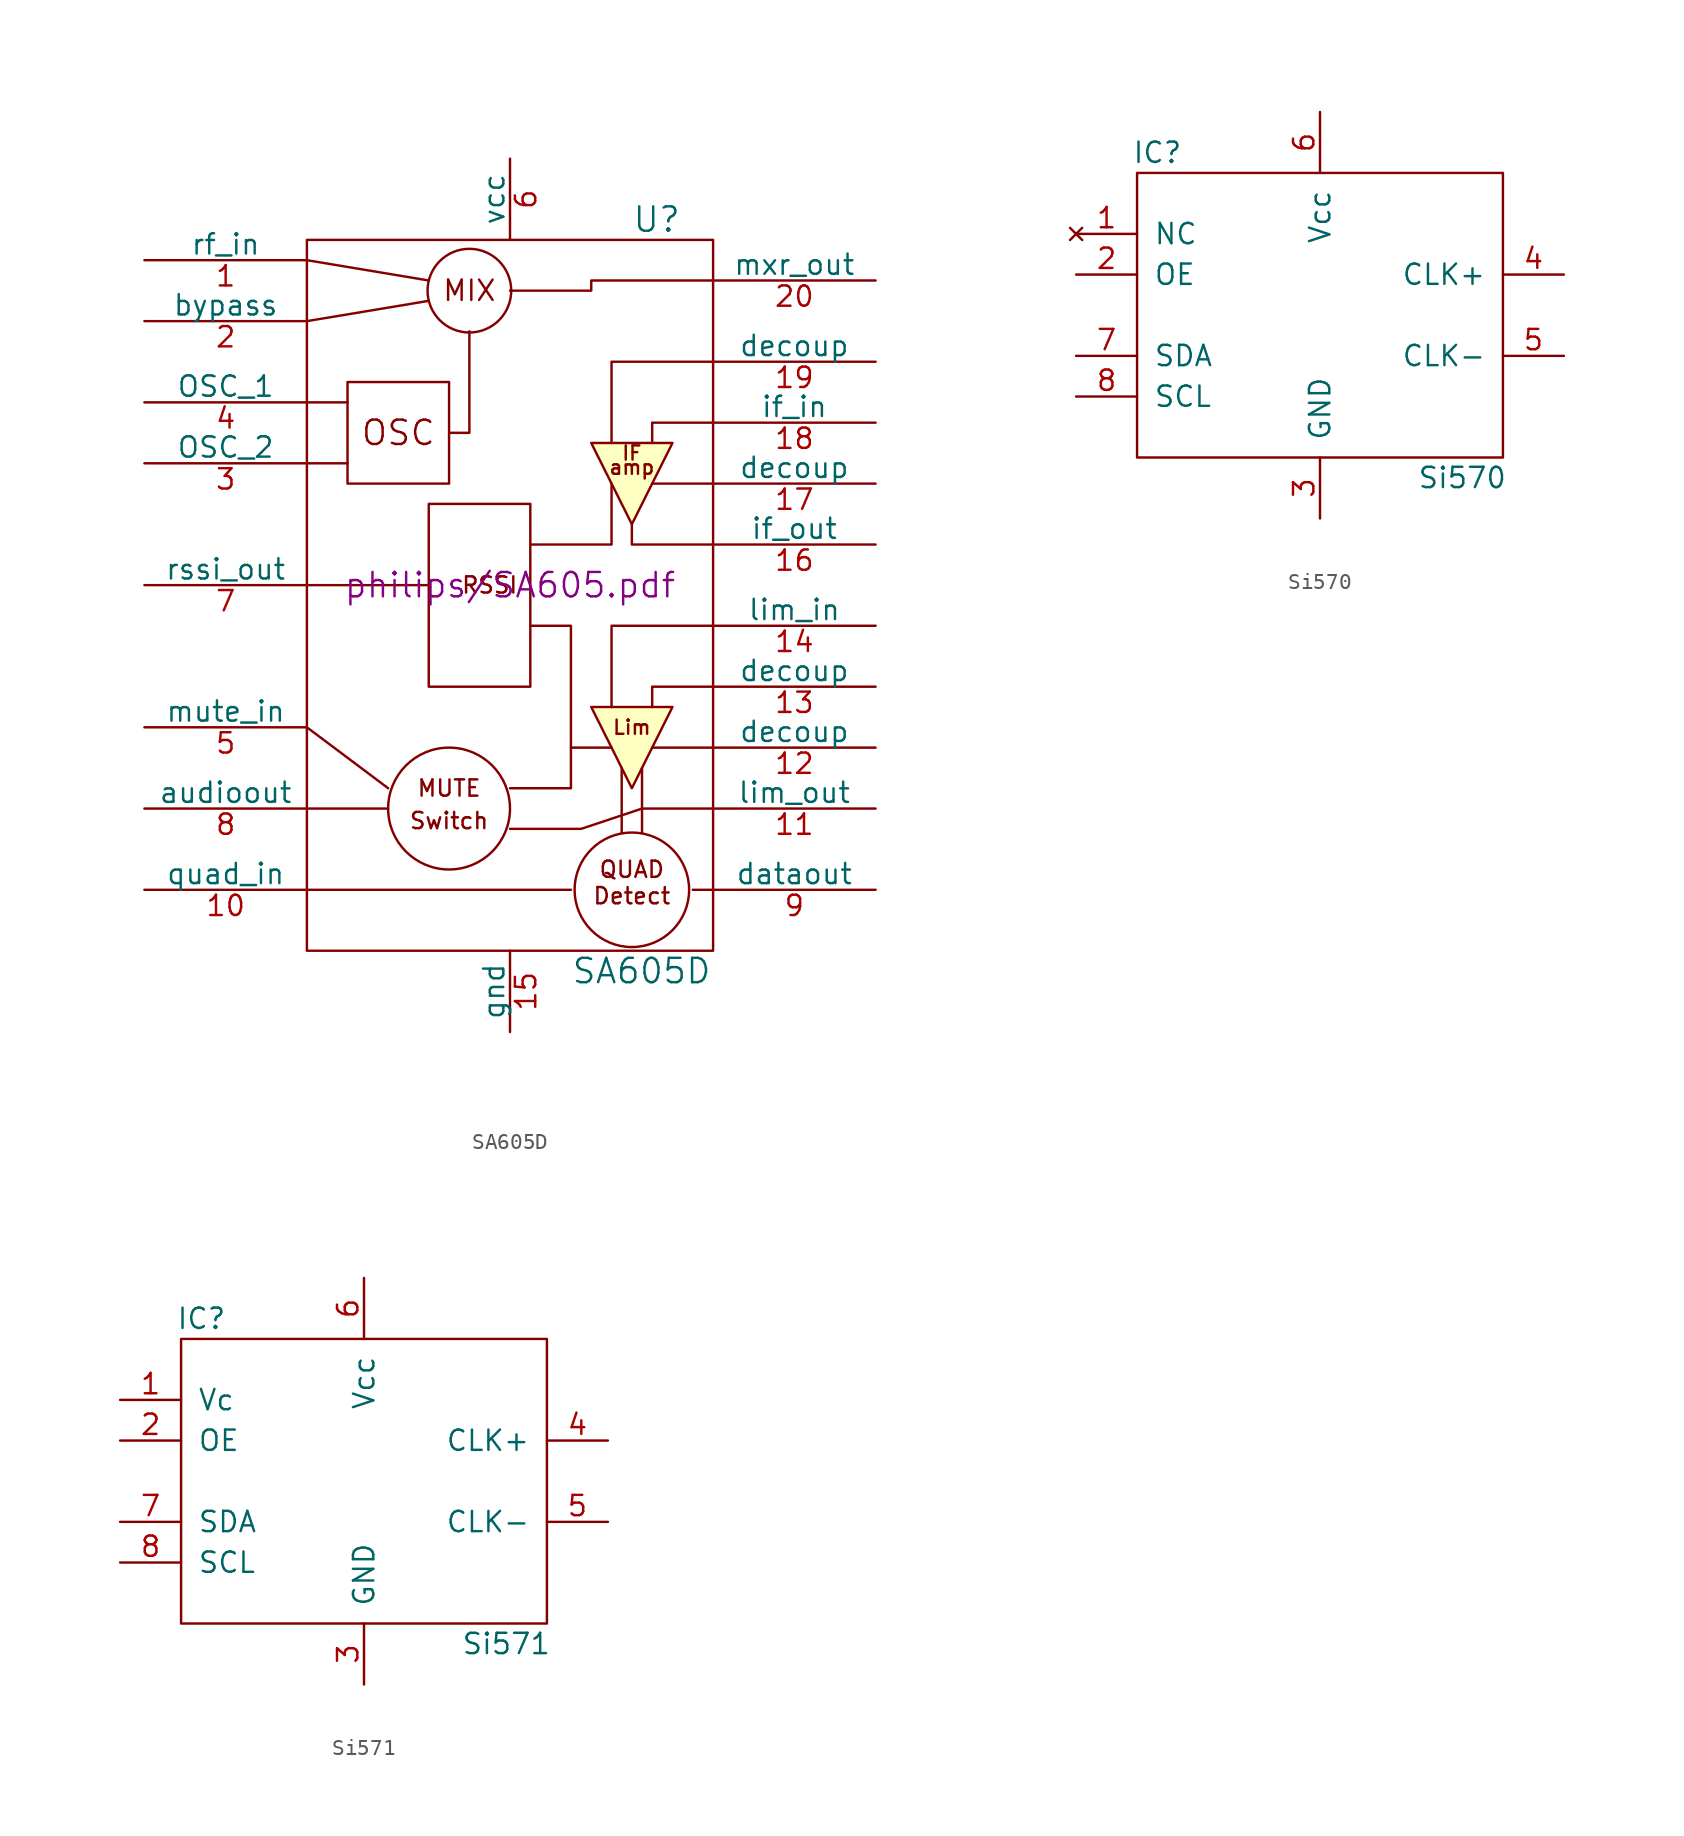
<source format=kicad_sym>
(kicad_symbol_lib
  (version 20211014)
  (generator kicad_symbol_editor)
  (symbol "SA605D"
    (pin_names
      (offset 0))
    (property "Reference" "U"
      (at 7.62 22.86 0)
      (effects (font (size 1.524 1.524)) (justify left)))
    (property "Value" "SA605D"
      (at 3.81 -24.13 0)
      (effects (font (size 1.524 1.524)) (justify left)))
    (property "Footprint" ""
      (at 0 0 0)
      (effects (font (size 1.524 1.524))))
    (property "Datasheet" "philips/SA605.pdf"
      (at 0 0 0)
      (effects (font (size 1.524 1.524))))
    (symbol "SA605D_0_0"
      (rectangle (start -5.08 5.08) (end 1.27 -6.35) (stroke (width 0) (type default) (color 0 0 0 0)) (fill (type none)))
      (circle (center -3.81 -13.97) (radius 3.81) (stroke (width 0) (type default) (color 0 0 0 0)) (fill (type none)))
      (polyline (pts (xy -12.7 -19.05) (xy 3.81 -19.05) (xy 3.81 -19.05)) (stroke (width 0) (type default) (color 0 0 0 0)) (fill (type none)))
      (polyline (pts (xy -12.7 -8.89) (xy -7.62 -12.7) (xy -7.62 -12.7)) (stroke (width 0) (type default) (color 0 0 0 0)) (fill (type background)))
      (polyline (pts (xy -5.08 0) (xy -12.7 0) (xy -12.7 0)) (stroke (width 0) (type default) (color 0 0 0 0)) (fill (type none)))
      (polyline (pts (xy 6.985 -11.43) (xy 6.985 -15.494) (xy 6.985 -15.494)) (stroke (width 0) (type default) (color 0 0 0 0)) (fill (type background)))
      (polyline (pts (xy 8.255 -13.97) (xy 8.255 -15.494) (xy 8.255 -15.494)) (stroke (width 0) (type default) (color 0 0 0 0)) (fill (type background)))
      (polyline (pts (xy 12.7 -19.05) (xy 11.43 -19.05) (xy 11.43 -19.05)) (stroke (width 0) (type default) (color 0 0 0 0)) (fill (type none)))
      (polyline (pts (xy 12.7 -10.16) (xy 8.89 -10.16) (xy 8.89 -10.16)) (stroke (width 0) (type default) (color 0 0 0 0)) (fill (type none)))
      (polyline (pts (xy 12.7 6.35) (xy 8.89 6.35) (xy 8.89 6.35)) (stroke (width 0) (type default) (color 0 0 0 0)) (fill (type none)))
      (polyline (pts (xy -12.7 -13.97) (xy -7.62 -13.97) (xy -7.62 -13.97) (xy -7.62 -13.97)) (stroke (width 0) (type default) (color 0 0 0 0)) (fill (type none)))
      (polyline (pts (xy 3.81 -10.16) (xy 3.81 -12.7) (xy 0 -12.7) (xy 0 -12.7)) (stroke (width 0) (type default) (color 0 0 0 0)) (fill (type none)))
      (polyline (pts (xy 6.35 6.35) (xy 6.35 2.54) (xy 1.27 2.54) (xy 1.27 2.54)) (stroke (width 0) (type default) (color 0 0 0 0)) (fill (type none)))
      (polyline (pts (xy 7.62 3.81) (xy 7.62 2.54) (xy 12.7 2.54) (xy 12.7 2.54)) (stroke (width 0) (type default) (color 0 0 0 0)) (fill (type none)))
      (polyline (pts (xy 8.255 -13.97) (xy 4.445 -15.24) (xy 0 -15.24) (xy 0 -15.24)) (stroke (width 0) (type default) (color 0 0 0 0)) (fill (type none)))
      (polyline (pts (xy 8.89 -7.62) (xy 8.89 -6.35) (xy 12.7 -6.35) (xy 12.7 -6.35)) (stroke (width 0) (type default) (color 0 0 0 0)) (fill (type none)))
      (polyline (pts (xy 8.89 8.89) (xy 8.89 10.16) (xy 12.7 10.16) (xy 12.7 10.16)) (stroke (width 0) (type default) (color 0 0 0 0)) (fill (type none)))
      (polyline (pts (xy 12.7 -13.97) (xy 8.255 -13.97) (xy 8.255 -11.43) (xy 8.255 -11.43)) (stroke (width 0) (type default) (color 0 0 0 0)) (fill (type none)))
      (polyline (pts (xy 12.7 -2.54) (xy 6.35 -2.54) (xy 6.35 -7.62) (xy 6.35 -7.62)) (stroke (width 0) (type default) (color 0 0 0 0)) (fill (type none)))
      (polyline (pts (xy 12.7 13.97) (xy 6.35 13.97) (xy 6.35 8.89) (xy 6.35 8.89)) (stroke (width 0) (type default) (color 0 0 0 0)) (fill (type none)))
      (polyline (pts (xy 1.27 -2.54) (xy 3.81 -2.54) (xy 3.81 -10.16) (xy 6.35 -10.16) (xy 6.35 -10.16)) (stroke (width 0) (type default) (color 0 0 0 0)) (fill (type none)))
      (polyline (pts (xy 10.16 -7.62) (xy 5.08 -7.62) (xy 7.62 -12.7) (xy 10.16 -7.62) (xy 10.16 -7.62)) (stroke (width 0) (type default) (color 0 0 0 0)) (fill (type background)))
      (polyline (pts (xy 10.16 8.89) (xy 5.08 8.89) (xy 7.62 3.81) (xy 10.16 8.89) (xy 10.16 8.89)) (stroke (width 0) (type default) (color 0 0 0 0)) (fill (type background)))
      (circle (center 7.62 -19.05) (radius 3.581) (stroke (width 0) (type default) (color 0 0 0 0)) (fill (type none)))
      (text "amp" (at 7.62 7.366 0) (effects (font (size 0.889 0.889))))
      (text "Detect" (at 7.62 -19.431 0) (effects (font (size 1.016 1.016))))
      (text "IF" (at 7.62 8.255 0) (effects (font (size 0.889 0.889))))
      (text "Lim" (at 7.62 -8.89 0) (effects (font (size 0.889 0.889))))
      (text "MIX" (at -2.54 18.415 0) (effects (font (size 1.27 1.27))))
      (text "MUTE" (at -3.81 -12.7 0) (effects (font (size 1.016 1.016))))
      (text "OSC" (at -6.985 9.525 0) (effects (font (size 1.524 1.524))))
      (text "QUAD" (at 7.62 -17.78 0) (effects (font (size 1.016 1.016))))
      (text "RSSI" (at -1.27 0 0) (effects (font (size 1.016 1.016))))
      (text "Switch" (at -3.81 -14.732 0) (effects (font (size 1.016 1.016)))))
    (symbol "SA605D_0_1"
      (rectangle (start -12.7 21.59) (end 12.7 -22.86) (stroke (width 0) (type default) (color 0 0 0 0)) (fill (type none)))
      (rectangle (start -10.16 12.7) (end -3.81 6.35) (stroke (width 0) (type default) (color 0 0 0 0)) (fill (type none)))
      (circle (center -2.54 18.415) (radius 2.616) (stroke (width 0) (type default) (color 0 0 0 0)) (fill (type none)))
      (polyline (pts (xy -12.7 7.62) (xy -10.16 7.62) (xy -10.16 7.62)) (stroke (width 0) (type default) (color 0 0 0 0)) (fill (type none)))
      (polyline (pts (xy -12.7 11.43) (xy -10.16 11.43) (xy -10.16 11.43)) (stroke (width 0) (type default) (color 0 0 0 0)) (fill (type none)))
      (polyline (pts (xy -12.7 16.51) (xy -5.08 17.78) (xy -5.08 17.78)) (stroke (width 0) (type default) (color 0 0 0 0)) (fill (type none)))
      (polyline (pts (xy -12.7 20.32) (xy -5.08 19.05) (xy -5.08 19.05) (xy -5.08 19.05)) (stroke (width 0) (type default) (color 0 0 0 0)) (fill (type none)))
      (polyline (pts (xy -2.54 15.875) (xy -2.54 9.525) (xy -3.81 9.525) (xy -3.81 9.525)) (stroke (width 0) (type default) (color 0 0 0 0)) (fill (type none)))
      (polyline (pts (xy 0 18.415) (xy 5.08 18.415) (xy 5.08 19.05) (xy 12.7 19.05) (xy 12.7 19.05) (xy 12.7 19.05)) (stroke (width 0) (type default) (color 0 0 0 0)) (fill (type none))))
    (symbol "SA605D_1_1"
      (pin input line (at -22.86 20.32 0) (length 10.16) (name "rf_in" (effects (font (size 1.27 1.27)))) (number "1" (effects (font (size 1.27 1.27)))))
      (pin input line (at -22.86 -19.05 0) (length 10.16) (name "quad_in" (effects (font (size 1.27 1.27)))) (number "10" (effects (font (size 1.27 1.27)))))
      (pin output line (at 22.86 -13.97 180) (length 10.16) (name "lim_out" (effects (font (size 1.27 1.27)))) (number "11" (effects (font (size 1.27 1.27)))))
      (pin input line (at 22.86 -10.16 180) (length 10.16) (name "decoup" (effects (font (size 1.27 1.27)))) (number "12" (effects (font (size 1.27 1.27)))))
      (pin input line (at 22.86 -6.35 180) (length 10.16) (name "decoup" (effects (font (size 1.27 1.27)))) (number "13" (effects (font (size 1.27 1.27)))))
      (pin input line (at 22.86 -2.54 180) (length 10.16) (name "lim_in" (effects (font (size 1.27 1.27)))) (number "14" (effects (font (size 1.27 1.27)))))
      (pin power_in line (at 0 -27.94 90) (length 5.08) (name "gnd" (effects (font (size 1.27 1.27)))) (number "15" (effects (font (size 1.27 1.27)))))
      (pin output line (at 22.86 2.54 180) (length 10.16) (name "if_out" (effects (font (size 1.27 1.27)))) (number "16" (effects (font (size 1.27 1.27)))))
      (pin input line (at 22.86 6.35 180) (length 10.16) (name "decoup" (effects (font (size 1.27 1.27)))) (number "17" (effects (font (size 1.27 1.27)))))
      (pin input line (at 22.86 10.16 180) (length 10.16) (name "if_in" (effects (font (size 1.27 1.27)))) (number "18" (effects (font (size 1.27 1.27)))))
      (pin input line (at 22.86 13.97 180) (length 10.16) (name "decoup" (effects (font (size 1.27 1.27)))) (number "19" (effects (font (size 1.27 1.27)))))
      (pin input line (at -22.86 16.51 0) (length 10.16) (name "bypass" (effects (font (size 1.27 1.27)))) (number "2" (effects (font (size 1.27 1.27)))))
      (pin output line (at 22.86 19.05 180) (length 10.16) (name "mxr_out" (effects (font (size 1.27 1.27)))) (number "20" (effects (font (size 1.27 1.27)))))
      (pin output line (at -22.86 7.62 0) (length 10.16) (name "OSC_2" (effects (font (size 1.27 1.27)))) (number "3" (effects (font (size 1.27 1.27)))))
      (pin input line (at -22.86 11.43 0) (length 10.16) (name "OSC_1" (effects (font (size 1.27 1.27)))) (number "4" (effects (font (size 1.27 1.27)))))
      (pin input line (at -22.86 -8.89 0) (length 10.16) (name "mute_in" (effects (font (size 1.27 1.27)))) (number "5" (effects (font (size 1.27 1.27)))))
      (pin power_in line (at 0 26.67 270) (length 5.08) (name "vcc" (effects (font (size 1.27 1.27)))) (number "6" (effects (font (size 1.27 1.27)))))
      (pin output line (at -22.86 0 0) (length 10.16) (name "rssi_out" (effects (font (size 1.27 1.27)))) (number "7" (effects (font (size 1.27 1.27)))))
      (pin output line (at -22.86 -13.97 0) (length 10.16) (name "audioout" (effects (font (size 1.27 1.27)))) (number "8" (effects (font (size 1.27 1.27)))))
      (pin output line (at 22.86 -19.05 180) (length 10.16) (name "dataout" (effects (font (size 1.27 1.27)))) (number "9" (effects (font (size 1.27 1.27)))))))
  (symbol "Si570"
    (pin_names
      (offset 1.016))
    (property "Reference" "IC"
      (at -10.16 10.16 0)
      (effects (font (size 1.27 1.27))))
    (property "Value" "Si570"
      (at 8.89 -10.16 0)
      (effects (font (size 1.27 1.27))))
    (symbol "Si570_0_1"
      (rectangle (start -11.43 8.89) (end 11.43 -8.89) (stroke (width 0) (type default) (color 0 0 0 0)) (fill (type none))))
    (symbol "Si570_1_1"
      (pin no_connect line (at -15.24 5.08 0) (length 3.81) (name "NC" (effects (font (size 1.27 1.27)))) (number "1" (effects (font (size 1.27 1.27)))))
      (pin input line (at -15.24 2.54 0) (length 3.81) (name "OE" (effects (font (size 1.27 1.27)))) (number "2" (effects (font (size 1.27 1.27)))))
      (pin power_in line (at 0 -12.7 90) (length 3.81) (name "GND" (effects (font (size 1.27 1.27)))) (number "3" (effects (font (size 1.27 1.27)))))
      (pin output line (at 15.24 2.54 180) (length 3.81) (name "CLK+" (effects (font (size 1.27 1.27)))) (number "4" (effects (font (size 1.27 1.27)))))
      (pin output line (at 15.24 -2.54 180) (length 3.81) (name "CLK-" (effects (font (size 1.27 1.27)))) (number "5" (effects (font (size 1.27 1.27)))))
      (pin power_in line (at 0 12.7 270) (length 3.81) (name "Vcc" (effects (font (size 1.27 1.27)))) (number "6" (effects (font (size 1.27 1.27)))))
      (pin bidirectional line (at -15.24 -2.54 0) (length 3.81) (name "SDA" (effects (font (size 1.27 1.27)))) (number "7" (effects (font (size 1.27 1.27)))))
      (pin bidirectional line (at -15.24 -5.08 0) (length 3.81) (name "SCL" (effects (font (size 1.27 1.27)))) (number "8" (effects (font (size 1.27 1.27)))))))
  (symbol "Si571"
    (pin_names
      (offset 1.016))
    (property "Reference" "IC"
      (at -10.16 10.16 0)
      (effects (font (size 1.27 1.27))))
    (property "Value" "Si571"
      (at 8.89 -10.16 0)
      (effects (font (size 1.27 1.27))))
    (symbol "Si571_0_1"
      (rectangle (start -11.43 8.89) (end 11.43 -8.89) (stroke (width 0) (type default) (color 0 0 0 0)) (fill (type none))))
    (symbol "Si571_1_1"
      (pin input line (at -15.24 5.08 0) (length 3.81) (name "Vc" (effects (font (size 1.27 1.27)))) (number "1" (effects (font (size 1.27 1.27)))))
      (pin input line (at -15.24 2.54 0) (length 3.81) (name "OE" (effects (font (size 1.27 1.27)))) (number "2" (effects (font (size 1.27 1.27)))))
      (pin power_in line (at 0 -12.7 90) (length 3.81) (name "GND" (effects (font (size 1.27 1.27)))) (number "3" (effects (font (size 1.27 1.27)))))
      (pin output line (at 15.24 2.54 180) (length 3.81) (name "CLK+" (effects (font (size 1.27 1.27)))) (number "4" (effects (font (size 1.27 1.27)))))
      (pin output line (at 15.24 -2.54 180) (length 3.81) (name "CLK-" (effects (font (size 1.27 1.27)))) (number "5" (effects (font (size 1.27 1.27)))))
      (pin power_in line (at 0 12.7 270) (length 3.81) (name "Vcc" (effects (font (size 1.27 1.27)))) (number "6" (effects (font (size 1.27 1.27)))))
      (pin bidirectional line (at -15.24 -2.54 0) (length 3.81) (name "SDA" (effects (font (size 1.27 1.27)))) (number "7" (effects (font (size 1.27 1.27)))))
      (pin bidirectional line (at -15.24 -5.08 0) (length 3.81) (name "SCL" (effects (font (size 1.27 1.27)))) (number "8" (effects (font (size 1.27 1.27))))))))
</source>
